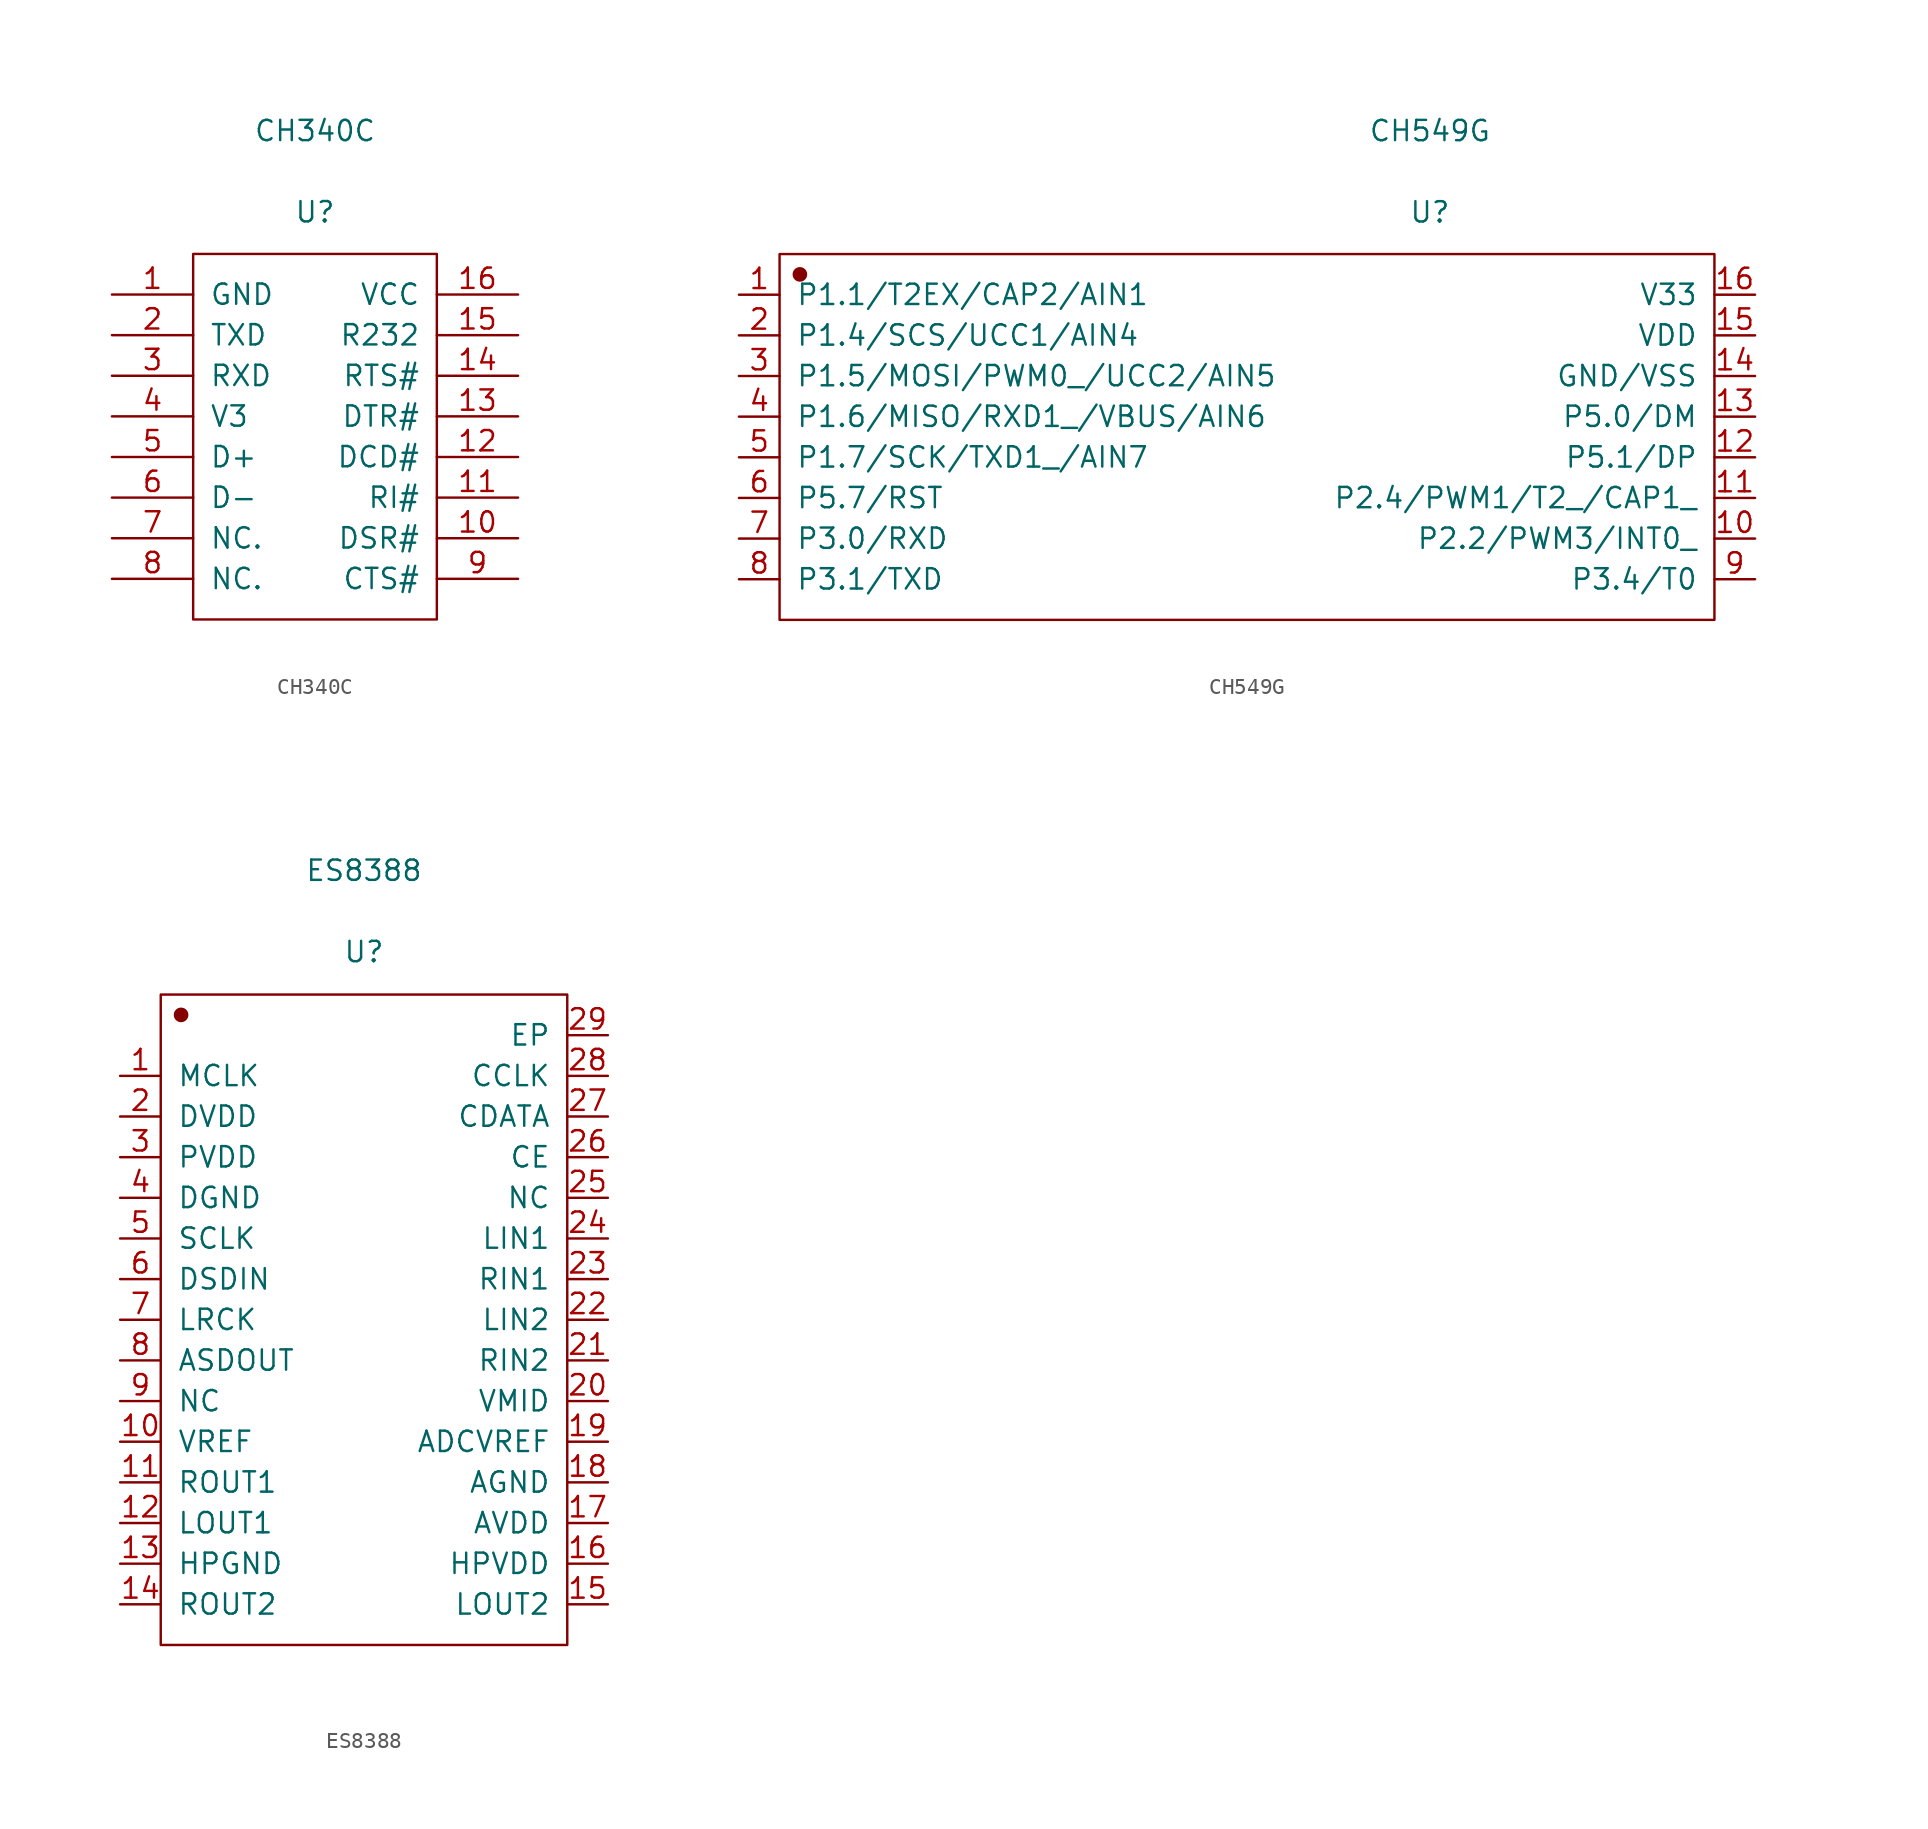
<source format=kicad_sym>
(kicad_symbol_lib
  (version 20211014)
  (generator kicad_symbol_editor)
  (symbol "CH340C"
    (pin_names
      (offset 1.016))
    (property "Reference" "U"
      (at 0 14.046 0)
      (effects (font (size 1.27 1.27))))
    (property "Value" "CH340C"
      (at 0 19.126 0)
      (effects (font (size 1.27 1.27))))
    (symbol "CH340C_1_1"
      (rectangle (start -7.62 11.43) (end 7.62 -11.43) (stroke (width 0.152) (type default) (color 0 0 0 0)) (fill (type none)))
      (pin input line (at -12.7 8.89 0) (length 5.08) (name "GND" (effects (font (size 1.27 1.27)))) (number "1" (effects (font (size 1.27 1.27)))))
      (pin input line (at 12.7 -6.35 180) (length 5.08) (name "DSR#" (effects (font (size 1.27 1.27)))) (number "10" (effects (font (size 1.27 1.27)))))
      (pin input line (at 12.7 -3.81 180) (length 5.08) (name "RI#" (effects (font (size 1.27 1.27)))) (number "11" (effects (font (size 1.27 1.27)))))
      (pin input line (at 12.7 -1.27 180) (length 5.08) (name "DCD#" (effects (font (size 1.27 1.27)))) (number "12" (effects (font (size 1.27 1.27)))))
      (pin input line (at 12.7 1.27 180) (length 5.08) (name "DTR#" (effects (font (size 1.27 1.27)))) (number "13" (effects (font (size 1.27 1.27)))))
      (pin input line (at 12.7 3.81 180) (length 5.08) (name "RTS#" (effects (font (size 1.27 1.27)))) (number "14" (effects (font (size 1.27 1.27)))))
      (pin input line (at 12.7 6.35 180) (length 5.08) (name "R232" (effects (font (size 1.27 1.27)))) (number "15" (effects (font (size 1.27 1.27)))))
      (pin input line (at 12.7 8.89 180) (length 5.08) (name "VCC" (effects (font (size 1.27 1.27)))) (number "16" (effects (font (size 1.27 1.27)))))
      (pin input line (at -12.7 6.35 0) (length 5.08) (name "TXD" (effects (font (size 1.27 1.27)))) (number "2" (effects (font (size 1.27 1.27)))))
      (pin input line (at -12.7 3.81 0) (length 5.08) (name "RXD" (effects (font (size 1.27 1.27)))) (number "3" (effects (font (size 1.27 1.27)))))
      (pin input line (at -12.7 1.27 0) (length 5.08) (name "V3" (effects (font (size 1.27 1.27)))) (number "4" (effects (font (size 1.27 1.27)))))
      (pin input line (at -12.7 -1.27 0) (length 5.08) (name "D+" (effects (font (size 1.27 1.27)))) (number "5" (effects (font (size 1.27 1.27)))))
      (pin input line (at -12.7 -3.81 0) (length 5.08) (name "D-" (effects (font (size 1.27 1.27)))) (number "6" (effects (font (size 1.27 1.27)))))
      (pin input line (at -12.7 -6.35 0) (length 5.08) (name "NC." (effects (font (size 1.27 1.27)))) (number "7" (effects (font (size 1.27 1.27)))))
      (pin input line (at -12.7 -8.89 0) (length 5.08) (name "NC." (effects (font (size 1.27 1.27)))) (number "8" (effects (font (size 1.27 1.27)))))
      (pin input line (at 12.7 -8.89 180) (length 5.08) (name "CTS#" (effects (font (size 1.27 1.27)))) (number "9" (effects (font (size 1.27 1.27)))))))
  (symbol "CH549G"
    (pin_names
      (offset 1.016))
    (property "Reference" "U"
      (at 0 14.046 0)
      (effects (font (size 1.27 1.27))))
    (property "Value" "CH549G"
      (at 0 19.126 0)
      (effects (font (size 1.27 1.27))))
    (symbol "CH549G_1_1"
      (rectangle (start -40.64 11.43) (end 17.78 -11.43) (stroke (width 0.152) (type default) (color 0 0 0 0)) (fill (type none)))
      (circle (center -39.37 10.16) (radius 0.381) (stroke (width 0.152) (type default) (color 0 0 0 0)) (fill (type outline)))
      (pin input line (at -43.18 8.89 0) (length 2.54) (name "P1.1/T2EX/CAP2/AIN1" (effects (font (size 1.27 1.27)))) (number "1" (effects (font (size 1.27 1.27)))))
      (pin input line (at 20.32 -6.35 180) (length 2.54) (name "P2.2/PWM3/INT0_" (effects (font (size 1.27 1.27)))) (number "10" (effects (font (size 1.27 1.27)))))
      (pin input line (at 20.32 -3.81 180) (length 2.54) (name "P2.4/PWM1/T2_/CAP1_" (effects (font (size 1.27 1.27)))) (number "11" (effects (font (size 1.27 1.27)))))
      (pin input line (at 20.32 -1.27 180) (length 2.54) (name "P5.1/DP" (effects (font (size 1.27 1.27)))) (number "12" (effects (font (size 1.27 1.27)))))
      (pin input line (at 20.32 1.27 180) (length 2.54) (name "P5.0/DM" (effects (font (size 1.27 1.27)))) (number "13" (effects (font (size 1.27 1.27)))))
      (pin input line (at 20.32 3.81 180) (length 2.54) (name "GND/VSS" (effects (font (size 1.27 1.27)))) (number "14" (effects (font (size 1.27 1.27)))))
      (pin input line (at 20.32 6.35 180) (length 2.54) (name "VDD" (effects (font (size 1.27 1.27)))) (number "15" (effects (font (size 1.27 1.27)))))
      (pin input line (at 20.32 8.89 180) (length 2.54) (name "V33" (effects (font (size 1.27 1.27)))) (number "16" (effects (font (size 1.27 1.27)))))
      (pin input line (at -43.18 6.35 0) (length 2.54) (name "P1.4/SCS/UCC1/AIN4" (effects (font (size 1.27 1.27)))) (number "2" (effects (font (size 1.27 1.27)))))
      (pin input line (at -43.18 3.81 0) (length 2.54) (name "P1.5/MOSI/PWM0_/UCC2/AIN5" (effects (font (size 1.27 1.27)))) (number "3" (effects (font (size 1.27 1.27)))))
      (pin input line (at -43.18 1.27 0) (length 2.54) (name "P1.6/MISO/RXD1_/VBUS/AIN6" (effects (font (size 1.27 1.27)))) (number "4" (effects (font (size 1.27 1.27)))))
      (pin input line (at -43.18 -1.27 0) (length 2.54) (name "P1.7/SCK/TXD1_/AIN7" (effects (font (size 1.27 1.27)))) (number "5" (effects (font (size 1.27 1.27)))))
      (pin input line (at -43.18 -3.81 0) (length 2.54) (name "P5.7/RST" (effects (font (size 1.27 1.27)))) (number "6" (effects (font (size 1.27 1.27)))))
      (pin input line (at -43.18 -6.35 0) (length 2.54) (name "P3.0/RXD" (effects (font (size 1.27 1.27)))) (number "7" (effects (font (size 1.27 1.27)))))
      (pin input line (at -43.18 -8.89 0) (length 2.54) (name "P3.1/TXD" (effects (font (size 1.27 1.27)))) (number "8" (effects (font (size 1.27 1.27)))))
      (pin input line (at 20.32 -8.89 180) (length 2.54) (name "P3.4/T0" (effects (font (size 1.27 1.27)))) (number "9" (effects (font (size 1.27 1.27)))))))
  (symbol "ES8388"
    (pin_names
      (offset 1.016))
    (property "Reference" "U"
      (at 0 22.987 0)
      (effects (font (size 1.27 1.27))))
    (property "Value" "ES8388"
      (at 0 28.067 0)
      (effects (font (size 1.27 1.27))))
    (symbol "ES8388_1_1"
      (rectangle (start -12.7 20.32) (end 12.7 -20.32) (stroke (width 0.152) (type default) (color 0 0 0 0)) (fill (type none)))
      (circle (center -11.43 19.05) (radius 0.381) (stroke (width 0.152) (type default) (color 0 0 0 0)) (fill (type outline)))
      (pin input line (at -15.24 15.24 0) (length 2.54) (name "MCLK" (effects (font (size 1.27 1.27)))) (number "1" (effects (font (size 1.27 1.27)))))
      (pin input line (at -15.24 -7.62 0) (length 2.54) (name "VREF" (effects (font (size 1.27 1.27)))) (number "10" (effects (font (size 1.27 1.27)))))
      (pin input line (at -15.24 -10.16 0) (length 2.54) (name "ROUT1" (effects (font (size 1.27 1.27)))) (number "11" (effects (font (size 1.27 1.27)))))
      (pin input line (at -15.24 -12.7 0) (length 2.54) (name "LOUT1" (effects (font (size 1.27 1.27)))) (number "12" (effects (font (size 1.27 1.27)))))
      (pin input line (at -15.24 -15.24 0) (length 2.54) (name "HPGND" (effects (font (size 1.27 1.27)))) (number "13" (effects (font (size 1.27 1.27)))))
      (pin input line (at -15.24 -17.78 0) (length 2.54) (name "ROUT2" (effects (font (size 1.27 1.27)))) (number "14" (effects (font (size 1.27 1.27)))))
      (pin input line (at 15.24 -17.78 180) (length 2.54) (name "LOUT2" (effects (font (size 1.27 1.27)))) (number "15" (effects (font (size 1.27 1.27)))))
      (pin input line (at 15.24 -15.24 180) (length 2.54) (name "HPVDD" (effects (font (size 1.27 1.27)))) (number "16" (effects (font (size 1.27 1.27)))))
      (pin input line (at 15.24 -12.7 180) (length 2.54) (name "AVDD" (effects (font (size 1.27 1.27)))) (number "17" (effects (font (size 1.27 1.27)))))
      (pin input line (at 15.24 -10.16 180) (length 2.54) (name "AGND" (effects (font (size 1.27 1.27)))) (number "18" (effects (font (size 1.27 1.27)))))
      (pin input line (at 15.24 -7.62 180) (length 2.54) (name "ADCVREF" (effects (font (size 1.27 1.27)))) (number "19" (effects (font (size 1.27 1.27)))))
      (pin input line (at -15.24 12.7 0) (length 2.54) (name "DVDD" (effects (font (size 1.27 1.27)))) (number "2" (effects (font (size 1.27 1.27)))))
      (pin input line (at 15.24 -5.08 180) (length 2.54) (name "VMID" (effects (font (size 1.27 1.27)))) (number "20" (effects (font (size 1.27 1.27)))))
      (pin input line (at 15.24 -2.54 180) (length 2.54) (name "RIN2" (effects (font (size 1.27 1.27)))) (number "21" (effects (font (size 1.27 1.27)))))
      (pin input line (at 15.24 0 180) (length 2.54) (name "LIN2" (effects (font (size 1.27 1.27)))) (number "22" (effects (font (size 1.27 1.27)))))
      (pin input line (at 15.24 2.54 180) (length 2.54) (name "RIN1" (effects (font (size 1.27 1.27)))) (number "23" (effects (font (size 1.27 1.27)))))
      (pin input line (at 15.24 5.08 180) (length 2.54) (name "LIN1" (effects (font (size 1.27 1.27)))) (number "24" (effects (font (size 1.27 1.27)))))
      (pin input line (at 15.24 7.62 180) (length 2.54) (name "NC" (effects (font (size 1.27 1.27)))) (number "25" (effects (font (size 1.27 1.27)))))
      (pin input line (at 15.24 10.16 180) (length 2.54) (name "CE" (effects (font (size 1.27 1.27)))) (number "26" (effects (font (size 1.27 1.27)))))
      (pin input line (at 15.24 12.7 180) (length 2.54) (name "CDATA" (effects (font (size 1.27 1.27)))) (number "27" (effects (font (size 1.27 1.27)))))
      (pin input line (at 15.24 15.24 180) (length 2.54) (name "CCLK" (effects (font (size 1.27 1.27)))) (number "28" (effects (font (size 1.27 1.27)))))
      (pin input line (at 15.24 17.78 180) (length 2.54) (name "EP" (effects (font (size 1.27 1.27)))) (number "29" (effects (font (size 1.27 1.27)))))
      (pin input line (at -15.24 10.16 0) (length 2.54) (name "PVDD" (effects (font (size 1.27 1.27)))) (number "3" (effects (font (size 1.27 1.27)))))
      (pin input line (at -15.24 7.62 0) (length 2.54) (name "DGND" (effects (font (size 1.27 1.27)))) (number "4" (effects (font (size 1.27 1.27)))))
      (pin input line (at -15.24 5.08 0) (length 2.54) (name "SCLK" (effects (font (size 1.27 1.27)))) (number "5" (effects (font (size 1.27 1.27)))))
      (pin input line (at -15.24 2.54 0) (length 2.54) (name "DSDIN" (effects (font (size 1.27 1.27)))) (number "6" (effects (font (size 1.27 1.27)))))
      (pin input line (at -15.24 0 0) (length 2.54) (name "LRCK" (effects (font (size 1.27 1.27)))) (number "7" (effects (font (size 1.27 1.27)))))
      (pin input line (at -15.24 -2.54 0) (length 2.54) (name "ASDOUT" (effects (font (size 1.27 1.27)))) (number "8" (effects (font (size 1.27 1.27)))))
      (pin input line (at -15.24 -5.08 0) (length 2.54) (name "NC" (effects (font (size 1.27 1.27)))) (number "9" (effects (font (size 1.27 1.27))))))))
</source>
